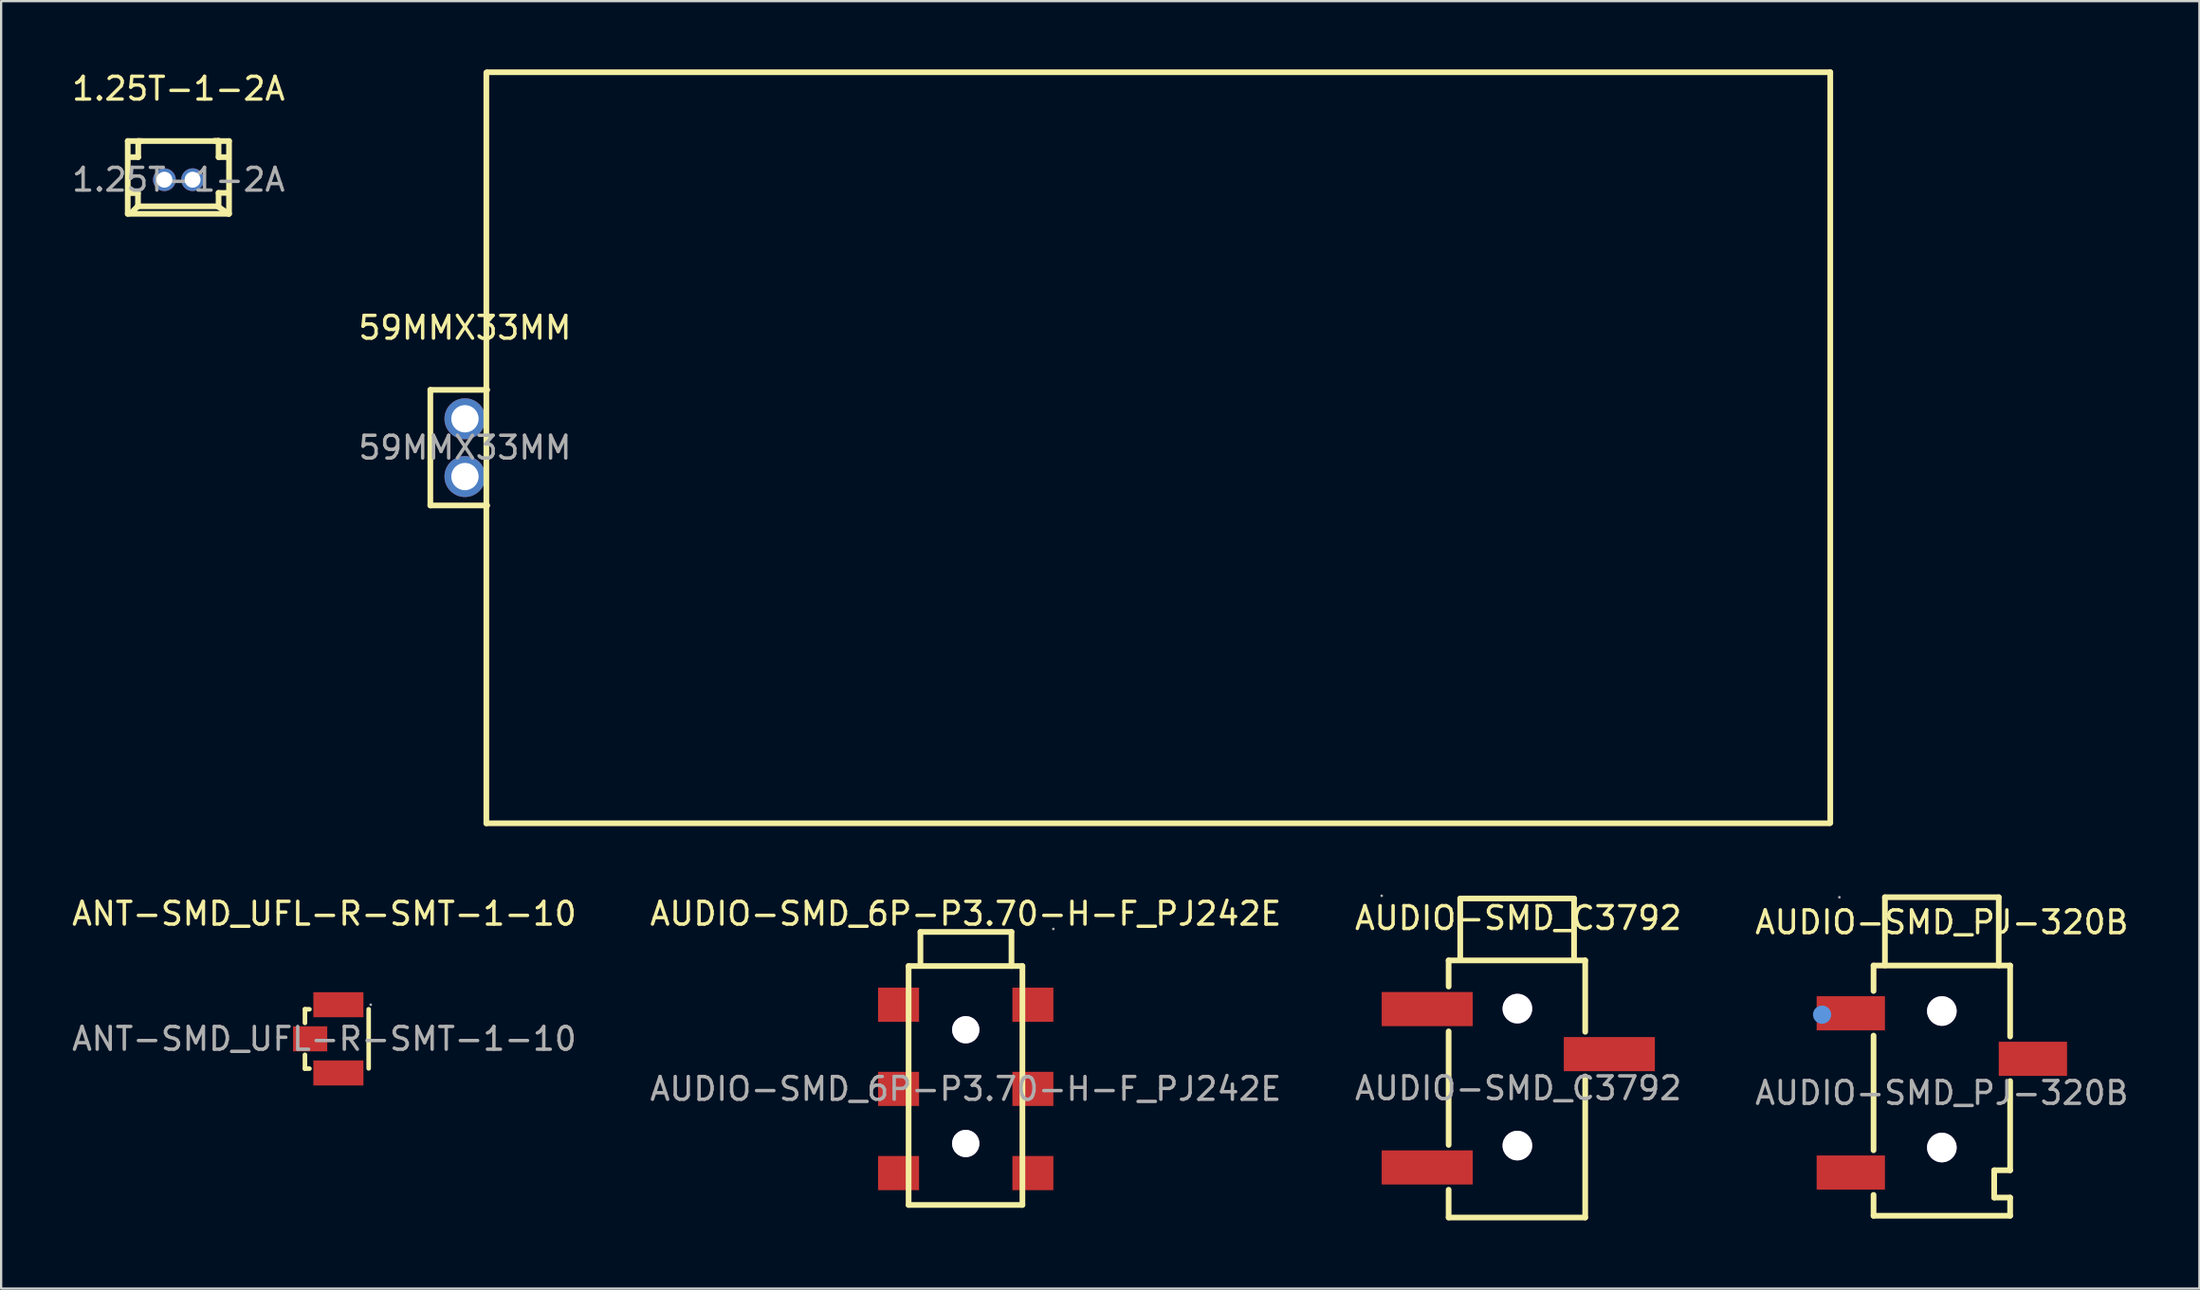
<source format=kicad_pcb>
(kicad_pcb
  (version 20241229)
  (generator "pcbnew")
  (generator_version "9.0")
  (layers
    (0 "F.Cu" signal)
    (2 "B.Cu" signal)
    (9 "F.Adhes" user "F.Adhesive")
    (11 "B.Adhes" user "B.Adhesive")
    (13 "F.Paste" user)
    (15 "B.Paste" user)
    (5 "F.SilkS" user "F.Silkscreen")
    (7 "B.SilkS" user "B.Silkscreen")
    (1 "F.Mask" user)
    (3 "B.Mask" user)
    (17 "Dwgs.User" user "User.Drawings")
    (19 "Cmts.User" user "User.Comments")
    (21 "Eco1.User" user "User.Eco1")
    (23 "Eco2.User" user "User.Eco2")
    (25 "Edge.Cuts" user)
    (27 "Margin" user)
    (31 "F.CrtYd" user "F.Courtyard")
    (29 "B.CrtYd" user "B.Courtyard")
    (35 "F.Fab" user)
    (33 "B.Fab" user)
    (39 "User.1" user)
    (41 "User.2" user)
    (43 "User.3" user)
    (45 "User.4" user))
  (footprint "ANT-SMD_UFL-R-SMT-1-10"
    (layer "F.Cu")
    (at 11.196 42.608)
    (property "Reference" "ANT-SMD_UFL-R-SMT-1-10" (at 0 -5.5 0) (layer "F.SilkS") (effects (font (size 1 1) (thickness 0.15))))
    (attr through_hole)
    (fp_line (start -0.85 -1.3) (end -0.65 -1.3) (stroke (width 0.2) (type solid)) (layer "F.SilkS"))
    (fp_line (start -0.85 -0.7) (end -0.85 -1.3) (stroke (width 0.2) (type solid)) (layer "F.SilkS"))
    (fp_line (start -0.85 1.31) (end -0.85 0.7) (stroke (width 0.2) (type solid)) (layer "F.SilkS"))
    (fp_line (start -0.65 1.31) (end -0.85 1.31) (stroke (width 0.2) (type solid)) (layer "F.SilkS"))
    (fp_line (start 1.95 -1.3) (end 1.95 1.3) (stroke (width 0.2) (type solid)) (layer "F.SilkS"))
    (fp_circle (center 2.04 -1.5) (end 2.07 -1.5) (stroke (width 0.06) (type solid)) (fill no) (layer "F.Fab"))
    (fp_text user "${REFERENCE}" (at 0 0 0) (layer "F.Fab") (effects (font (size 1 1) (thickness 0.15))))
    (pad "1" smd rect (at 0.62 -1.5 270) (size 1.1 2.2) (layers "F.Cu" "F.Mask" "F.Paste"))
    (pad "2" smd rect (at -0.62 0) (size 1.5 1.1) (layers "F.Cu" "F.Mask" "F.Paste"))
    (pad "3" smd rect (at 0.62 1.5 270) (size 1.1 2.2) (layers "F.Cu" "F.Mask" "F.Paste")))
  (footprint "AUDIO-SMD_PJ-320B"
    (layer "F.Cu")
    (at 82.256 44.985)
    (property "Reference" "AUDIO-SMD_PJ-320B" (at 0 -7.5 0) (layer "F.SilkS") (effects (font (size 1 1) (thickness 0.15))))
    (attr through_hole)
    (fp_line (start -3 -5.6) (end -3 -4.48) (stroke (width 0.25) (type solid)) (layer "F.SilkS"))
    (fp_line (start -3 -5.6) (end 3 -5.6) (stroke (width 0.25) (type solid)) (layer "F.SilkS"))
    (fp_line (start -3 -2.52) (end -3 2.52) (stroke (width 0.25) (type solid)) (layer "F.SilkS"))
    (fp_line (start -3 4.48) (end -3 5.4) (stroke (width 0.25) (type solid)) (layer "F.SilkS"))
    (fp_line (start -2.5 -8.6) (end 2.5 -8.6) (stroke (width 0.25) (type solid)) (layer "F.SilkS"))
    (fp_line (start -2.5 -5.6) (end -2.5 -8.6) (stroke (width 0.25) (type solid)) (layer "F.SilkS"))
    (fp_line (start 2.3 3.4) (end 2.3 4.6) (stroke (width 0.25) (type solid)) (layer "F.SilkS"))
    (fp_line (start 2.3 4.6) (end 3 4.6) (stroke (width 0.25) (type solid)) (layer "F.SilkS"))
    (fp_line (start 2.5 -5.6) (end 2.5 -8.6) (stroke (width 0.25) (type solid)) (layer "F.SilkS"))
    (fp_line (start 3 -5.6) (end 3 -2.48) (stroke (width 0.25) (type solid)) (layer "F.SilkS"))
    (fp_line (start 3 -0.52) (end 3 3.4) (stroke (width 0.25) (type solid)) (layer "F.SilkS"))
    (fp_line (start 3 3.4) (end 2.3 3.4) (stroke (width 0.25) (type solid)) (layer "F.SilkS"))
    (fp_line (start 3 4.6) (end 3 5.4) (stroke (width 0.25) (type solid)) (layer "F.SilkS"))
    (fp_line (start 3 5.4) (end -3 5.4) (stroke (width 0.25) (type solid)) (layer "F.SilkS"))
    (fp_circle (center -5.26 -3.44) (end -5.06 -3.44) (stroke (width 0.4) (type solid)) (fill no) (layer "Cmts.User"))
    (fp_circle (center 0 -3.6) (end 0.18 -3.6) (stroke (width 0.35) (type solid)) (fill no) (layer "Cmts.User"))
    (fp_circle (center 0 2.4) (end 0.18 2.4) (stroke (width 0.35) (type solid)) (fill no) (layer "Cmts.User"))
    (fp_circle (center -4.5 -8.6) (end -4.47 -8.6) (stroke (width 0.06) (type solid)) (fill no) (layer "F.Fab"))
    (fp_text user "${REFERENCE}" (at 0 0 0) (layer "F.Fab") (effects (font (size 1 1) (thickness 0.15))))
    (pad "" thru_hole circle (at 0 -3.6) (size 1.3 1.3) (drill 1.3) (layers "*.Cu" "*.Mask"))
    (pad "" thru_hole circle (at 0 2.4) (size 1.3 1.3) (drill 1.3) (layers "*.Cu" "*.Mask"))
    (pad "1" smd rect (at -4 -3.5) (size 3 1.5) (layers "F.Cu" "F.Mask" "F.Paste"))
    (pad "2" smd rect (at 4 -1.5) (size 3 1.5) (layers "F.Cu" "F.Mask" "F.Paste"))
    (pad "3" smd rect (at -4 3.5) (size 3 1.5) (layers "F.Cu" "F.Mask" "F.Paste")))
  (footprint "AUDIO-SMD_C3792"
    (layer "F.Cu")
    (at 63.649 44.78)
    (property "Reference" "AUDIO-SMD_C3792" (at 0 -7.48 0) (layer "F.SilkS") (effects (font (size 1 1) (thickness 0.15))))
    (attr through_hole)
    (fp_line (start -3.06 -5.62) (end -3.06 -4.47) (stroke (width 0.25) (type solid)) (layer "F.SilkS"))
    (fp_line (start -3.06 -2.5) (end -3.06 2.49) (stroke (width 0.25) (type solid)) (layer "F.SilkS"))
    (fp_line (start -3.06 4.46) (end -3.06 5.68) (stroke (width 0.25) (type solid)) (layer "F.SilkS"))
    (fp_line (start -3.06 5.68) (end 2.94 5.68) (stroke (width 0.25) (type solid)) (layer "F.SilkS"))
    (fp_line (start -2.55 -8.34) (end 2.45 -8.34) (stroke (width 0.25) (type solid)) (layer "F.SilkS"))
    (fp_line (start -2.55 -5.64) (end -2.55 -8.34) (stroke (width 0.25) (type solid)) (layer "F.SilkS"))
    (fp_line (start 2.45 -8.34) (end 2.45 -5.64) (stroke (width 0.25) (type solid)) (layer "F.SilkS"))
    (fp_line (start 2.94 -5.62) (end -3.06 -5.62) (stroke (width 0.25) (type solid)) (layer "F.SilkS"))
    (fp_line (start 2.94 -2.48) (end 2.94 -5.62) (stroke (width 0.25) (type solid)) (layer "F.SilkS"))
    (fp_line (start 2.94 5.68) (end 2.94 -0.52) (stroke (width 0.25) (type solid)) (layer "F.SilkS"))
    (fp_circle (center -6 -8.46) (end -5.97 -8.46) (stroke (width 0.06) (type solid)) (fill no) (layer "F.Fab"))
    (fp_circle (center -0.04 -3.5) (end 0.24 -3.5) (stroke (width 0.55) (type solid)) (fill no) (layer "F.Fab"))
    (fp_circle (center -0.04 2.52) (end 0.24 2.52) (stroke (width 0.55) (type solid)) (fill no) (layer "F.Fab"))
    (fp_text user "${REFERENCE}" (at 0 0 0) (layer "F.Fab") (effects (font (size 1 1) (thickness 0.15))))
    (pad "" thru_hole circle (at -0.04 -3.5) (size 1.3 1.3) (drill 1.3) (layers "*.Cu" "*.Mask"))
    (pad "" thru_hole circle (at -0.04 2.52) (size 1.3 1.3) (drill 1.3) (layers "*.Cu" "*.Mask"))
    (pad "1" smd rect (at -4 -3.48 270) (size 1.5 4) (layers "F.Cu" "F.Mask" "F.Paste"))
    (pad "2" smd rect (at -4 3.48 270) (size 1.5 4) (layers "F.Cu" "F.Mask" "F.Paste"))
    (pad "3" smd rect (at 4 -1.5 270) (size 1.5 4) (layers "F.Cu" "F.Mask" "F.Paste")))
  (footprint "1.25T-1-2A"
    (layer "F.Cu")
    (at 4.792 4.848)
    (property "Reference" "1.25T-1-2A" (at 0 -4 0) (layer "F.SilkS") (effects (font (size 1 1) (thickness 0.15))))
    (attr through_hole)
    (fp_line (start -2.23 -1.7) (end -2.23 1.5) (stroke (width 0.25) (type solid)) (layer "F.SilkS"))
    (fp_line (start -2.23 -1.7) (end 2.22 -1.7) (stroke (width 0.25) (type solid)) (layer "F.SilkS"))
    (fp_line (start -2.23 1.5) (end 2.22 1.5) (stroke (width 0.25) (type solid)) (layer "F.SilkS"))
    (fp_line (start -2.22 -0.99) (end -1.77 -0.99) (stroke (width 0.25) (type solid)) (layer "F.SilkS"))
    (fp_line (start -2.22 1.48) (end -2.1 1.48) (stroke (width 0.25) (type solid)) (layer "F.SilkS"))
    (fp_line (start -2.1 1.48) (end -1.79 1.17) (stroke (width 0.25) (type solid)) (layer "F.SilkS"))
    (fp_line (start -1.79 1.17) (end 1.72 1.17) (stroke (width 0.25) (type solid)) (layer "F.SilkS"))
    (fp_line (start -1.78 0.59) (end -2.22 0.59) (stroke (width 0.25) (type solid)) (layer "F.SilkS"))
    (fp_line (start -1.78 1.17) (end -1.78 0.59) (stroke (width 0.25) (type solid)) (layer "F.SilkS"))
    (fp_line (start -1.77 -1.7) (end -1.64 -1.7) (stroke (width 0.25) (type solid)) (layer "F.SilkS"))
    (fp_line (start -1.77 -0.99) (end -1.77 -1.7) (stroke (width 0.25) (type solid)) (layer "F.SilkS"))
    (fp_line (start 1.72 1.17) (end 2.2 1.5) (stroke (width 0.25) (type solid)) (layer "F.SilkS"))
    (fp_line (start 1.76 -1.71) (end 1.58 -1.71) (stroke (width 0.25) (type solid)) (layer "F.SilkS"))
    (fp_line (start 1.76 -0.99) (end 1.76 -1.71) (stroke (width 0.25) (type solid)) (layer "F.SilkS"))
    (fp_line (start 1.76 0.58) (end 2.2 0.58) (stroke (width 0.25) (type solid)) (layer "F.SilkS"))
    (fp_line (start 1.76 1.16) (end 1.76 0.58) (stroke (width 0.25) (type solid)) (layer "F.SilkS"))
    (fp_line (start 2.18 -0.99) (end 1.76 -0.99) (stroke (width 0.25) (type solid)) (layer "F.SilkS"))
    (fp_line (start 2.22 -1.7) (end 2.22 1.5) (stroke (width 0.25) (type solid)) (layer "F.SilkS"))
    (fp_text user "${REFERENCE}" (at 0 0 0) (layer "F.Fab") (effects (font (size 1 1) (thickness 0.15))))
    (pad "1" thru_hole circle (at -0.62 0) (size 1 1) (drill 0.7) (layers "*.Cu" "*.Paste" "*.Mask"))
    (pad "2" thru_hole circle (at 0.62 0) (size 1 1) (drill 0.7) (layers "*.Cu" "*.Paste" "*.Mask")))
  (footprint "59MMX33MM"
    (layer "F.Cu")
    (at 17.375 16.625)
    (property "Reference" "59MMX33MM" (at 0 -5.27 0) (layer "F.SilkS") (effects (font (size 1 1) (thickness 0.15))))
    (attr through_hole)
    (fp_line (start -1.52 -2.54) (end -1.52 2.54) (stroke (width 0.25) (type solid)) (layer "F.SilkS"))
    (fp_line (start -1.52 2.54) (end 0.98 2.54) (stroke (width 0.25) (type solid)) (layer "F.SilkS"))
    (fp_line (start 0.94 16.51) (end 0.94 -16.49) (stroke (width 0.25) (type solid)) (layer "F.SilkS"))
    (fp_line (start 0.98 -16.5) (end 59.98 -16.5) (stroke (width 0.25) (type solid)) (layer "F.SilkS"))
    (fp_line (start 0.98 -2.54) (end -1.52 -2.54) (stroke (width 0.25) (type solid)) (layer "F.SilkS"))
    (fp_line (start 59.94 16.51) (end 0.94 16.51) (stroke (width 0.25) (type solid)) (layer "F.SilkS"))
    (fp_line (start 59.98 -16.5) (end 59.98 16.5) (stroke (width 0.25) (type solid)) (layer "F.SilkS"))
    (fp_text user "${REFERENCE}" (at 0 0 0) (layer "F.Fab") (effects (font (size 1 1) (thickness 0.15))))
    (pad "1" thru_hole circle (at 0 -1.27) (size 1.8 1.8) (drill 1.2) (layers "*.Cu" "*.Paste" "*.Mask"))
    (pad "2" thru_hole circle (at 0 1.27) (size 1.8 1.8) (drill 1.2) (layers "*.Cu" "*.Paste" "*.Mask")))
  (footprint "AUDIO-SMD_6P-P3.70-H-F_PJ242E"
    (layer "F.Cu")
    (at 39.375 44.808)
    (property "Reference" "AUDIO-SMD_6P-P3.70-H-F_PJ242E" (at 0 -7.7 0) (layer "F.SilkS") (effects (font (size 1 1) (thickness 0.15))))
    (attr through_hole)
    (fp_line (start -2.51 -5.4) (end -2.51 5.1) (stroke (width 0.25) (type solid)) (layer "F.SilkS"))
    (fp_line (start -2.51 5.1) (end 2.49 5.1) (stroke (width 0.25) (type solid)) (layer "F.SilkS"))
    (fp_line (start -1.99 -6.9) (end 2.01 -6.9) (stroke (width 0.25) (type solid)) (layer "F.SilkS"))
    (fp_line (start -1.99 -5.41) (end -1.99 -6.9) (stroke (width 0.25) (type solid)) (layer "F.SilkS"))
    (fp_line (start 2.01 -6.9) (end 2.01 -5.4) (stroke (width 0.25) (type solid)) (layer "F.SilkS"))
    (fp_line (start 2.49 -5.4) (end -2.51 -5.4) (stroke (width 0.25) (type solid)) (layer "F.SilkS"))
    (fp_line (start 2.49 5.1) (end 2.49 -5.4) (stroke (width 0.25) (type solid)) (layer "F.SilkS"))
    (fp_circle (center 3.85 -7.03) (end 3.88 -7.03) (stroke (width 0.06) (type solid)) (fill no) (layer "F.Fab"))
    (fp_text user "${REFERENCE}" (at 0 0 0) (layer "F.Fab") (effects (font (size 1 1) (thickness 0.15))))
    (pad "" thru_hole circle (at 0 -2.6) (size 1.2 1.2) (drill 1.2) (layers "*.Cu" "*.Mask"))
    (pad "" thru_hole circle (at 0 2.4) (size 1.2 1.2) (drill 1.2) (layers "*.Cu" "*.Mask"))
    (pad "2" smd rect (at 2.95 -3.7 90) (size 1.5 1.8) (layers "F.Cu" "F.Mask" "F.Paste"))
    (pad "3" smd rect (at 2.95 0 90) (size 1.5 1.8) (layers "F.Cu" "F.Mask" "F.Paste"))
    (pad "4" smd rect (at 2.95 3.7 90) (size 1.5 1.8) (layers "F.Cu" "F.Mask" "F.Paste"))
    (pad "5" smd rect (at -2.95 -3.7 90) (size 1.5 1.8) (layers "F.Cu" "F.Mask" "F.Paste"))
    (pad "6" smd rect (at -2.95 0 90) (size 1.5 1.8) (layers "F.Cu" "F.Mask" "F.Paste"))
    (pad "7" smd rect (at -2.95 3.7 90) (size 1.5 1.8) (layers "F.Cu" "F.Mask" "F.Paste")))
  (gr_rect
    (start -3 -3)
    (end 93.571 53.585)
    (stroke (width 0.1) (type default))
    (fill no)
    (layer "Edge.Cuts")))
</source>
